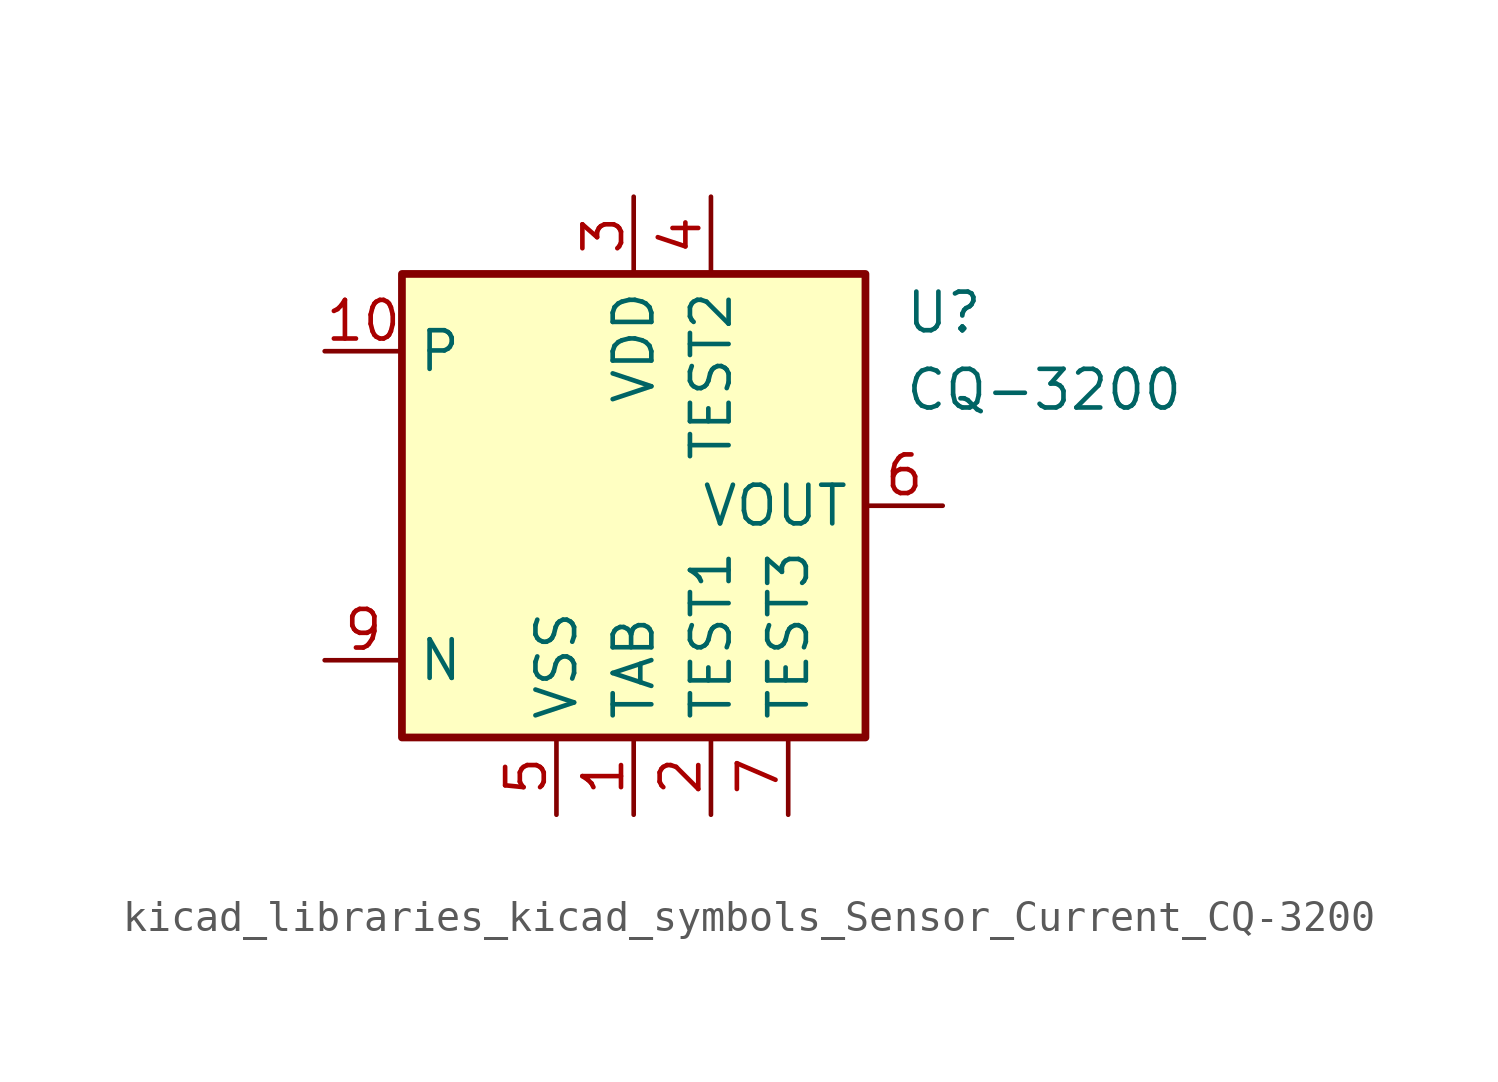
<source format=kicad_sym>
(kicad_symbol_lib
  (version 20220914)
  (generator kicad_symbol_editor)
  (symbol "kicad_libraries_kicad_symbols_Sensor_Current_CQ-3200"
    (property "Reference" "U"
      (at 8.89 6.35 0)
      (effects (font (size 1.27 1.27)) (justify left)))
    (property "Value" "CQ-3200"
      (at 8.89 3.81 0)
      (effects (font (size 1.27 1.27)) (justify left)))
    (symbol "kicad_libraries_kicad_symbols_Sensor_Current_CQ-3200_0_1"
      (rectangle (start -7.62 7.62) (end 7.62 -7.62) (stroke (width 0.254) (type default)) (fill (type background))))
    (symbol "kicad_libraries_kicad_symbols_Sensor_Current_CQ-3200_1_1"
      (pin power_in line (at 0 -10.16 90) (length 2.54) (name "TAB" (effects (font (size 1.27 1.27)))) (number "1" (effects (font (size 1.27 1.27)))))
      (pin passive line (at -10.16 5.08 0) (length 2.54) (name "P" (effects (font (size 1.27 1.27)))) (number "10" (effects (font (size 1.27 1.27)))))
      (pin power_in line (at 2.54 -10.16 90) (length 2.54) (name "TEST1" (effects (font (size 1.27 1.27)))) (number "2" (effects (font (size 1.27 1.27)))))
      (pin power_in line (at 0 10.16 270) (length 2.54) (name "VDD" (effects (font (size 1.27 1.27)))) (number "3" (effects (font (size 1.27 1.27)))))
      (pin power_in line (at 2.54 10.16 270) (length 2.54) (name "TEST2" (effects (font (size 1.27 1.27)))) (number "4" (effects (font (size 1.27 1.27)))))
      (pin power_in line (at -2.54 -10.16 90) (length 2.54) (name "VSS" (effects (font (size 1.27 1.27)))) (number "5" (effects (font (size 1.27 1.27)))))
      (pin output line (at 10.16 0 180) (length 2.54) (name "VOUT" (effects (font (size 1.27 1.27)))) (number "6" (effects (font (size 1.27 1.27)))))
      (pin power_in line (at 5.08 -10.16 90) (length 2.54) (name "TEST3" (effects (font (size 1.27 1.27)))) (number "7" (effects (font (size 1.27 1.27)))))
      (pin passive line (at 0 -10.16 90) (length 2.54) hide (name "TAB" (effects (font (size 1.27 1.27)))) (number "8" (effects (font (size 1.27 1.27)))))
      (pin passive line (at -10.16 -5.08 0) (length 2.54) (name "N" (effects (font (size 1.27 1.27)))) (number "9" (effects (font (size 1.27 1.27))))))))
</source>
